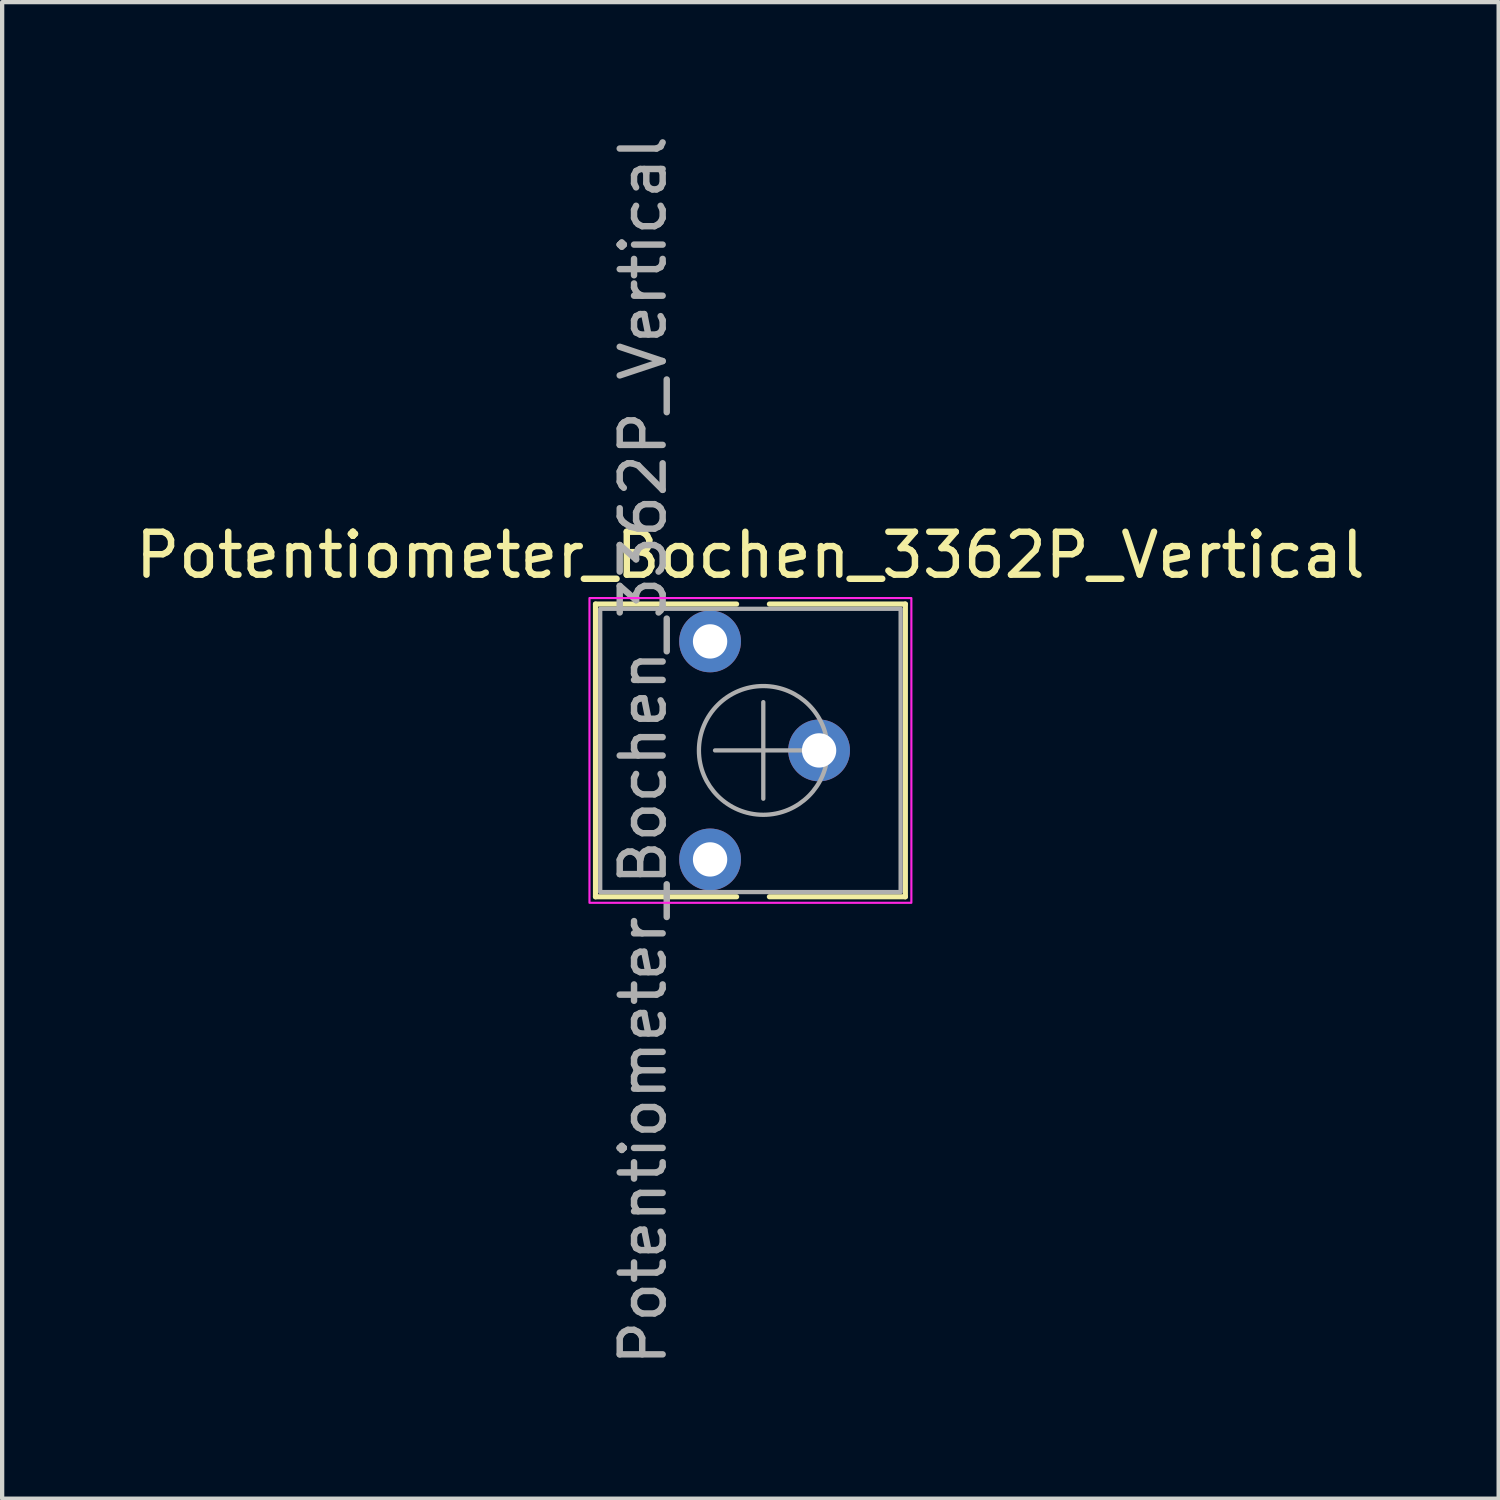
<source format=kicad_pcb>
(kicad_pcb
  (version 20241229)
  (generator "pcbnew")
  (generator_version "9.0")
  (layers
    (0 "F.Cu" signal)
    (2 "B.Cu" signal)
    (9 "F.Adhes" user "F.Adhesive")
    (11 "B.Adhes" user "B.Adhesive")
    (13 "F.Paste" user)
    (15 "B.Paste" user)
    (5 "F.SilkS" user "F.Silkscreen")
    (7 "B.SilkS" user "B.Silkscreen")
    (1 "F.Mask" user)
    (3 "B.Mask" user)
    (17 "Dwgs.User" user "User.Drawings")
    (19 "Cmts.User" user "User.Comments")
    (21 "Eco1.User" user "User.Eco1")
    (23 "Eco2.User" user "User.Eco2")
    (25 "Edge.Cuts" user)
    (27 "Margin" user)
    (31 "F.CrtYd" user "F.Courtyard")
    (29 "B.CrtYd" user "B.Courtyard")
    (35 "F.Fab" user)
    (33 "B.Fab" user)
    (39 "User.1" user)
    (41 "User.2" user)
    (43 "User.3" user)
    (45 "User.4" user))
  (footprint "Potentiometer_Bochen_3362P_Vertical"
    (layer "F.Cu")
    (at 14.495 16.975)
    (property "Reference" "Potentiometer_Bochen_3362P_Vertical" (at -0.06 -7.09 0) (layer "F.SilkS") (effects (font (size 1 1) (thickness 0.15))))
    (attr through_hole)
    (fp_line (start -3.67 -5.95) (end -0.382 -5.95) (stroke (width 0.12) (type solid)) (layer "F.SilkS"))
    (fp_line (start -3.67 0.87) (end -3.67 -5.95) (stroke (width 0.12) (type solid)) (layer "F.SilkS"))
    (fp_line (start -0.382 0.87) (end -3.67 0.87) (stroke (width 0.12) (type solid)) (layer "F.SilkS"))
    (fp_line (start 0.382 -5.95) (end 3.55 -5.95) (stroke (width 0.12) (type solid)) (layer "F.SilkS"))
    (fp_line (start 3.55 -5.95) (end 3.55 0.87) (stroke (width 0.12) (type solid)) (layer "F.SilkS"))
    (fp_line (start 3.55 0.87) (end 0.382 0.87) (stroke (width 0.12) (type solid)) (layer "F.SilkS"))
    (fp_rect (start -3.81 -6.09) (end 3.69 1.01) (stroke (width 0.05) (type solid)) (fill no) (layer "F.CrtYd"))
    (fp_line (start -0.885 -2.54) (end 1.365 -2.54) (stroke (width 0.1) (type solid)) (layer "F.Fab"))
    (fp_line (start 0.24 -3.665) (end 0.24 -1.415) (stroke (width 0.1) (type solid)) (layer "F.Fab"))
    (fp_rect (start -3.56 -5.84) (end 3.44 0.76) (stroke (width 0.1) (type solid)) (fill no) (layer "F.Fab"))
    (fp_circle (center 0.24 -2.54) (end 1.74 -2.54) (stroke (width 0.1) (type solid)) (fill no) (layer "F.Fab"))
    (fp_text user "${REFERENCE}" (at -2.56 -2.54 90) (layer "F.Fab") (effects (font (size 1 1) (thickness 0.15))))
    (pad "1" thru_hole circle (at -1 0) (size 1.44 1.44) (drill 0.8) (layers "*.Cu" "*.Mask"))
    (pad "2" thru_hole circle (at 1.54 -2.54) (size 1.44 1.44) (drill 0.8) (layers "*.Cu" "*.Mask"))
    (pad "3" thru_hole circle (at -1 -5.08) (size 1.44 1.44) (drill 0.8) (layers "*.Cu" "*.Mask")))
  (gr_rect
    (start -3 -3)
    (end 31.869 31.869)
    (stroke (width 0.1) (type default))
    (fill no)
    (layer "Edge.Cuts")))
</source>
